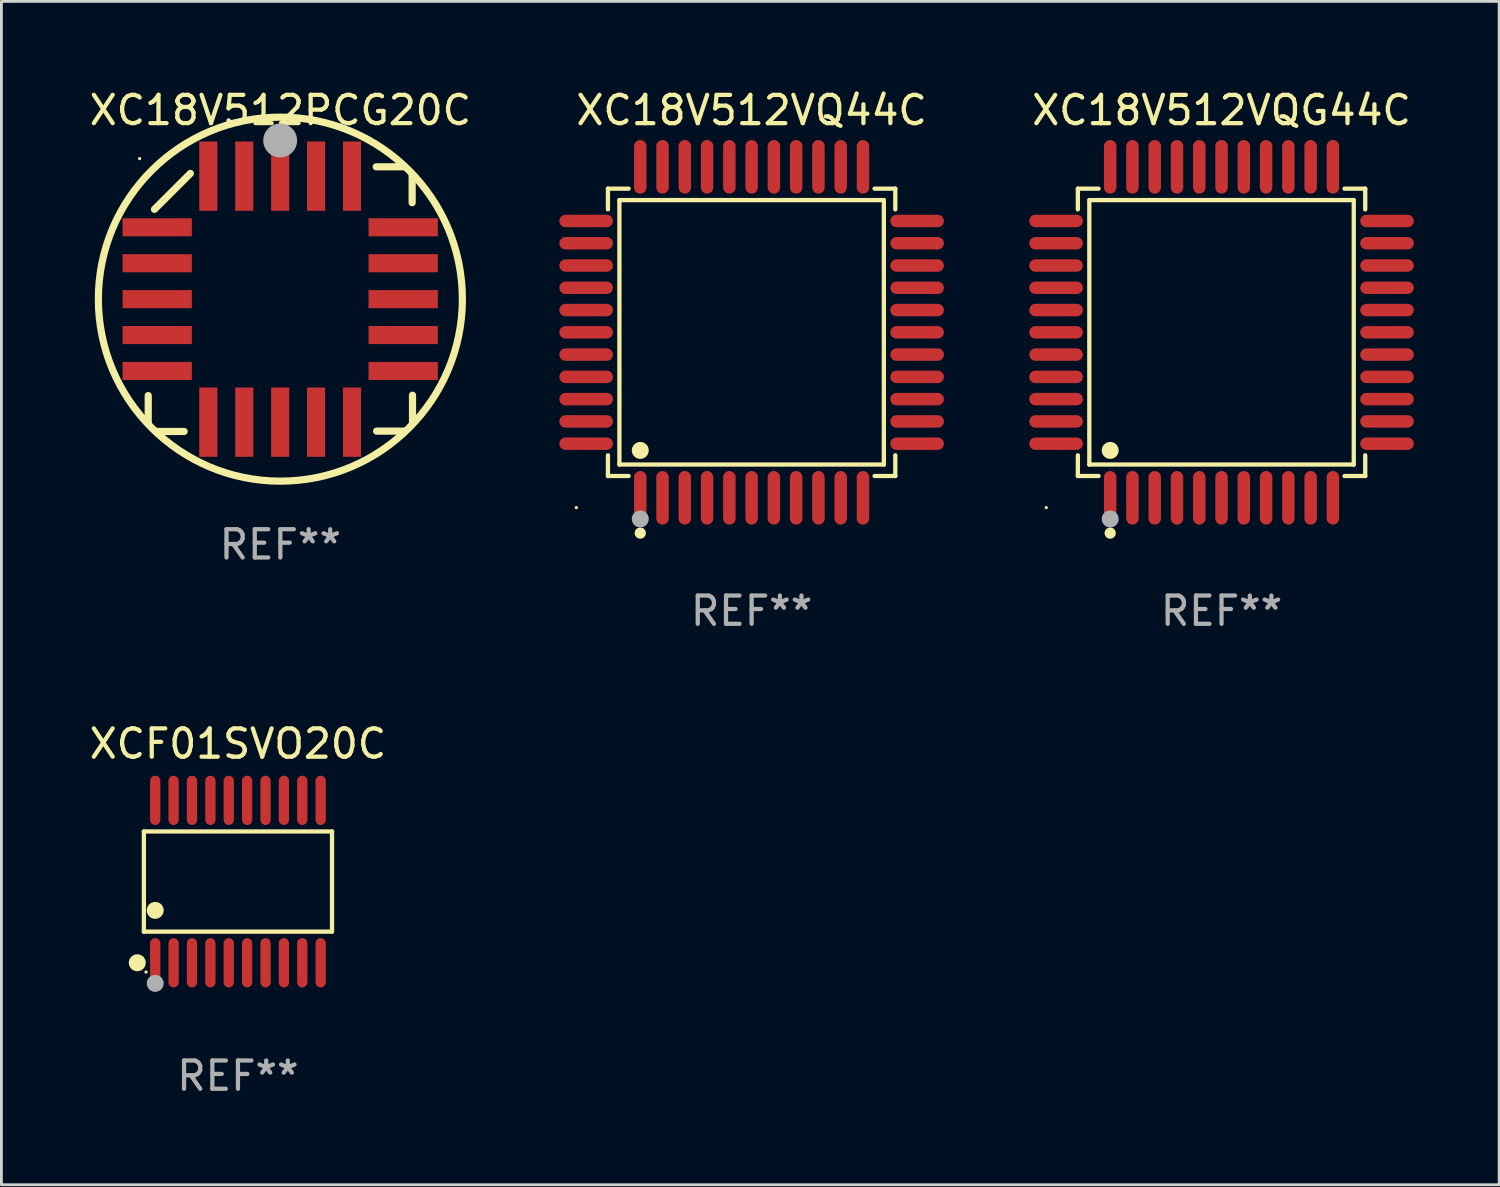
<source format=kicad_pcb>
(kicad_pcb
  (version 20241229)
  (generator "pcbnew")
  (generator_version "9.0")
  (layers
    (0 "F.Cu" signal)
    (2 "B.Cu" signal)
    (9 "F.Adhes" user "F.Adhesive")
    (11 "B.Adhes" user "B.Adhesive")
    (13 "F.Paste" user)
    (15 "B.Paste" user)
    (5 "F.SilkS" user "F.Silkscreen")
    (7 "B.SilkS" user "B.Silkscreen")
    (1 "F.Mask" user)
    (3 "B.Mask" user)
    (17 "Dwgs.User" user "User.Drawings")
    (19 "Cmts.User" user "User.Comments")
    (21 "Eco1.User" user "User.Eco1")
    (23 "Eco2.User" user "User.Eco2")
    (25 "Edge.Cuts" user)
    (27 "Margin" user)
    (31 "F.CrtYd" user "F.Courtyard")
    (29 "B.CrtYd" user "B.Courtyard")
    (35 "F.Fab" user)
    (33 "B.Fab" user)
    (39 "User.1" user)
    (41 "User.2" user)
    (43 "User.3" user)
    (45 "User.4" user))
  (footprint "XC18V512PCG20C"
    (layer "F.Cu")
    (at 6.863 7.527)
    (property "Reference" "XC18V512PCG20C" (at 0 -6.679 0) (layer "F.SilkS") (effects (font (size 1 1) (thickness 0.15))))
    (attr through_hole)
    (fp_line (start -4.672 4.4) (end -4.672 3.409) (stroke (width 0.254) (type solid)) (layer "F.SilkS"))
    (fp_line (start -4.452 -3.175) (end -3.182 -4.445) (stroke (width 0.254) (type solid)) (layer "F.SilkS"))
    (fp_line (start -4.393 4.679) (end -3.402 4.679) (stroke (width 0.254) (type solid)) (layer "F.SilkS"))
    (fp_line (start 4.379 -4.679) (end 3.389 -4.679) (stroke (width 0.254) (type solid)) (layer "F.SilkS"))
    (fp_line (start 4.393 4.666) (end 3.402 4.666) (stroke (width 0.254) (type solid)) (layer "F.SilkS"))
    (fp_line (start 4.659 -4.4) (end 4.659 -3.409) (stroke (width 0.254) (type solid)) (layer "F.SilkS"))
    (fp_line (start 4.672 4.386) (end 4.672 3.396) (stroke (width 0.254) (type solid)) (layer "F.SilkS"))
    (fp_arc (start -4.672276 4.424968) (mid 4.672254 -4.424946) (end -4.672276 4.424968) (stroke (width 0.254001) (type solid)) (layer "F.SilkS"))
    (fp_arc (start 0.089827 -5.759969) (mid 0.097662 -5.803742) (end 0.120307 -5.842012) (stroke (width 0.249936) (type solid)) (layer "F.SilkS"))
    (fp_circle (center -4.977 -4.97) (end -4.947 -4.97) (stroke (width 0.06) (type solid)) (fill no) (layer "F.SilkS"))
    (fp_circle (center -0.007 -5.61) (end 0.293 -5.61) (stroke (width 0.6) (type solid)) (fill no) (layer "F.Fab"))
    (fp_text user "REF**" (at 0 8.679 0) (layer "F.Fab") (effects (font (size 1 1) (thickness 0.15))))
    (pad "1" smd rect (at -0.007 -4.349) (size 0.64 2.45) (layers "F.Cu" "F.Mask" "F.Paste"))
    (pad "2" smd rect (at -1.277 -4.349) (size 0.64 2.45) (layers "F.Cu" "F.Mask" "F.Paste"))
    (pad "3" smd rect (at -2.547 -4.348) (size 0.64 2.45) (layers "F.Cu" "F.Mask" "F.Paste"))
    (pad "4" smd rect (at -4.355 -2.54) (size 2.45 0.64) (layers "F.Cu" "F.Mask" "F.Paste"))
    (pad "5" smd rect (at -4.355 -1.27) (size 2.45 0.64) (layers "F.Cu" "F.Mask" "F.Paste"))
    (pad "6" smd rect (at -4.355 0) (size 2.45 0.64) (layers "F.Cu" "F.Mask" "F.Paste"))
    (pad "7" smd rect (at -4.355 1.27) (size 2.45 0.64) (layers "F.Cu" "F.Mask" "F.Paste"))
    (pad "8" smd rect (at -4.355 2.54) (size 2.45 0.64) (layers "F.Cu" "F.Mask" "F.Paste"))
    (pad "9" smd rect (at -2.547 4.349) (size 0.64 2.45) (layers "F.Cu" "F.Mask" "F.Paste"))
    (pad "10" smd rect (at -1.277 4.349) (size 0.64 2.45) (layers "F.Cu" "F.Mask" "F.Paste"))
    (pad "11" smd rect (at -0.007 4.349) (size 0.64 2.45) (layers "F.Cu" "F.Mask" "F.Paste"))
    (pad "12" smd rect (at 1.263 4.349) (size 0.64 2.45) (layers "F.Cu" "F.Mask" "F.Paste"))
    (pad "13" smd rect (at 2.533 4.349) (size 0.64 2.45) (layers "F.Cu" "F.Mask" "F.Paste"))
    (pad "14" smd rect (at 4.342 2.54) (size 2.45 0.64) (layers "F.Cu" "F.Mask" "F.Paste"))
    (pad "15" smd rect (at 4.342 1.27) (size 2.45 0.64) (layers "F.Cu" "F.Mask" "F.Paste"))
    (pad "16" smd rect (at 4.342 0) (size 2.45 0.64) (layers "F.Cu" "F.Mask" "F.Paste"))
    (pad "17" smd rect (at 4.342 -1.27) (size 2.45 0.64) (layers "F.Cu" "F.Mask" "F.Paste"))
    (pad "18" smd rect (at 4.342 -2.54) (size 2.45 0.64) (layers "F.Cu" "F.Mask" "F.Paste"))
    (pad "19" smd rect (at 2.533 -4.349) (size 0.64 2.45) (layers "F.Cu" "F.Mask" "F.Paste"))
    (pad "20" smd rect (at 1.263 -4.349) (size 0.64 2.45) (layers "F.Cu" "F.Mask" "F.Paste")))
  (footprint "XCF01SVO20C"
    (layer "F.Cu")
    (at 5.363 28.119)
    (property "Reference" "XCF01SVO20C" (at 0 -4.871 0) (layer "F.SilkS") (effects (font (size 1 1) (thickness 0.15))))
    (attr through_hole)
    (fp_line (start -3.326 -1.771) (end 3.326 -1.771) (stroke (width 0.152) (type solid)) (layer "F.SilkS"))
    (fp_line (start -3.326 1.771) (end -3.326 -1.771) (stroke (width 0.152) (type solid)) (layer "F.SilkS"))
    (fp_line (start 3.326 -1.771) (end 3.326 1.771) (stroke (width 0.152) (type solid)) (layer "F.SilkS"))
    (fp_line (start 3.326 1.771) (end -3.326 1.771) (stroke (width 0.152) (type solid)) (layer "F.SilkS"))
    (fp_circle (center -3.559 2.871) (end -3.409 2.871) (stroke (width 0.3) (type solid)) (fill no) (layer "F.SilkS"))
    (fp_circle (center -3.25 3.2) (end -3.22 3.2) (stroke (width 0.06) (type solid)) (fill no) (layer "F.SilkS"))
    (fp_circle (center -2.925 1.019) (end -2.775 1.019) (stroke (width 0.3) (type solid)) (fill no) (layer "F.SilkS"))
    (fp_circle (center -2.925 3.6) (end -2.775 3.6) (stroke (width 0.3) (type solid)) (fill no) (layer "F.Fab"))
    (fp_text user "REF**" (at 0 6.871 0) (layer "F.Fab") (effects (font (size 1 1) (thickness 0.15))))
    (pad "1" smd oval (at -2.925 2.871) (size 0.364 1.742) (layers "F.Cu" "F.Mask" "F.Paste"))
    (pad "2" smd oval (at -2.275 2.871) (size 0.364 1.742) (layers "F.Cu" "F.Mask" "F.Paste"))
    (pad "3" smd oval (at -1.625 2.871) (size 0.364 1.742) (layers "F.Cu" "F.Mask" "F.Paste"))
    (pad "4" smd oval (at -0.975 2.871) (size 0.364 1.742) (layers "F.Cu" "F.Mask" "F.Paste"))
    (pad "5" smd oval (at -0.325 2.871) (size 0.364 1.742) (layers "F.Cu" "F.Mask" "F.Paste"))
    (pad "6" smd oval (at 0.325 2.871) (size 0.364 1.742) (layers "F.Cu" "F.Mask" "F.Paste"))
    (pad "7" smd oval (at 0.975 2.871) (size 0.364 1.742) (layers "F.Cu" "F.Mask" "F.Paste"))
    (pad "8" smd oval (at 1.625 2.871) (size 0.364 1.742) (layers "F.Cu" "F.Mask" "F.Paste"))
    (pad "9" smd oval (at 2.275 2.871) (size 0.364 1.742) (layers "F.Cu" "F.Mask" "F.Paste"))
    (pad "10" smd oval (at 2.925 2.871) (size 0.364 1.742) (layers "F.Cu" "F.Mask" "F.Paste"))
    (pad "11" smd oval (at 2.925 -2.871) (size 0.364 1.742) (layers "F.Cu" "F.Mask" "F.Paste"))
    (pad "12" smd oval (at 2.275 -2.871) (size 0.364 1.742) (layers "F.Cu" "F.Mask" "F.Paste"))
    (pad "13" smd oval (at 1.625 -2.871) (size 0.364 1.742) (layers "F.Cu" "F.Mask" "F.Paste"))
    (pad "14" smd oval (at 0.975 -2.871) (size 0.364 1.742) (layers "F.Cu" "F.Mask" "F.Paste"))
    (pad "15" smd oval (at 0.325 -2.871) (size 0.364 1.742) (layers "F.Cu" "F.Mask" "F.Paste"))
    (pad "16" smd oval (at -0.325 -2.871) (size 0.364 1.742) (layers "F.Cu" "F.Mask" "F.Paste"))
    (pad "17" smd oval (at -0.975 -2.871) (size 0.364 1.742) (layers "F.Cu" "F.Mask" "F.Paste"))
    (pad "18" smd oval (at -1.625 -2.871) (size 0.364 1.742) (layers "F.Cu" "F.Mask" "F.Paste"))
    (pad "19" smd oval (at -2.275 -2.871) (size 0.364 1.742) (layers "F.Cu" "F.Mask" "F.Paste"))
    (pad "20" smd oval (at -2.925 -2.871) (size 0.364 1.742) (layers "F.Cu" "F.Mask" "F.Paste")))
  (footprint "XC18V512VQG44C"
    (layer "F.Cu")
    (at 40.14 8.7)
    (property "Reference" "XC18V512VQG44C" (at 0 -7.851 0) (layer "F.SilkS") (effects (font (size 1 1) (thickness 0.15))))
    (attr through_hole)
    (fp_line (start -5.08 -5.08) (end -4.348 -5.08) (stroke (width 0.152) (type solid)) (layer "F.SilkS"))
    (fp_line (start -5.08 -4.348) (end -5.08 -5.08) (stroke (width 0.152) (type solid)) (layer "F.SilkS"))
    (fp_line (start -5.08 4.348) (end -5.08 5.08) (stroke (width 0.152) (type solid)) (layer "F.SilkS"))
    (fp_line (start -5.08 5.08) (end -4.348 5.08) (stroke (width 0.152) (type solid)) (layer "F.SilkS"))
    (fp_line (start -4.675 -4.675) (end 4.675 -4.675) (stroke (width 0.152) (type solid)) (layer "F.SilkS"))
    (fp_line (start -4.675 4.675) (end -4.675 -4.675) (stroke (width 0.152) (type solid)) (layer "F.SilkS"))
    (fp_line (start 4.675 -4.675) (end 4.675 4.675) (stroke (width 0.152) (type solid)) (layer "F.SilkS"))
    (fp_line (start 4.675 4.675) (end -4.675 4.675) (stroke (width 0.152) (type solid)) (layer "F.SilkS"))
    (fp_line (start 5.08 -5.08) (end 4.348 -5.08) (stroke (width 0.152) (type solid)) (layer "F.SilkS"))
    (fp_line (start 5.08 -4.348) (end 5.08 -5.08) (stroke (width 0.152) (type solid)) (layer "F.SilkS"))
    (fp_line (start 5.08 4.348) (end 5.08 5.08) (stroke (width 0.152) (type solid)) (layer "F.SilkS"))
    (fp_line (start 5.08 5.08) (end 4.348 5.08) (stroke (width 0.152) (type solid)) (layer "F.SilkS"))
    (fp_circle (center -6.198 6.198) (end -6.168 6.198) (stroke (width 0.06) (type solid)) (fill no) (layer "F.SilkS"))
    (fp_circle (center -3.937 4.175) (end -3.787 4.175) (stroke (width 0.3) (type solid)) (fill no) (layer "F.SilkS"))
    (fp_circle (center -3.937 7.099) (end -3.837 7.099) (stroke (width 0.2) (type solid)) (fill no) (layer "F.SilkS"))
    (fp_circle (center -3.937 6.598) (end -3.787 6.598) (stroke (width 0.3) (type solid)) (fill no) (layer "F.Fab"))
    (fp_text user "REF**" (at 0 9.851 0) (layer "F.Fab") (effects (font (size 1 1) (thickness 0.15))))
    (pad "1" smd oval (at -3.937 5.851) (size 0.441 1.895) (layers "F.Cu" "F.Mask" "F.Paste"))
    (pad "2" smd oval (at -3.15 5.851) (size 0.441 1.895) (layers "F.Cu" "F.Mask" "F.Paste"))
    (pad "3" smd oval (at -2.362 5.851) (size 0.441 1.895) (layers "F.Cu" "F.Mask" "F.Paste"))
    (pad "4" smd oval (at -1.575 5.851) (size 0.441 1.895) (layers "F.Cu" "F.Mask" "F.Paste"))
    (pad "5" smd oval (at -0.787 5.851) (size 0.441 1.895) (layers "F.Cu" "F.Mask" "F.Paste"))
    (pad "6" smd oval (at 0 5.851) (size 0.441 1.895) (layers "F.Cu" "F.Mask" "F.Paste"))
    (pad "7" smd oval (at 0.787 5.851) (size 0.441 1.895) (layers "F.Cu" "F.Mask" "F.Paste"))
    (pad "8" smd oval (at 1.575 5.851) (size 0.441 1.895) (layers "F.Cu" "F.Mask" "F.Paste"))
    (pad "9" smd oval (at 2.362 5.851) (size 0.441 1.895) (layers "F.Cu" "F.Mask" "F.Paste"))
    (pad "10" smd oval (at 3.15 5.851) (size 0.441 1.895) (layers "F.Cu" "F.Mask" "F.Paste"))
    (pad "11" smd oval (at 3.937 5.851) (size 0.441 1.895) (layers "F.Cu" "F.Mask" "F.Paste"))
    (pad "12" smd oval (at 5.851 3.937) (size 1.895 0.441) (layers "F.Cu" "F.Mask" "F.Paste"))
    (pad "13" smd oval (at 5.851 3.15) (size 1.895 0.441) (layers "F.Cu" "F.Mask" "F.Paste"))
    (pad "14" smd oval (at 5.851 2.362) (size 1.895 0.441) (layers "F.Cu" "F.Mask" "F.Paste"))
    (pad "15" smd oval (at 5.851 1.575) (size 1.895 0.441) (layers "F.Cu" "F.Mask" "F.Paste"))
    (pad "16" smd oval (at 5.851 0.787) (size 1.895 0.441) (layers "F.Cu" "F.Mask" "F.Paste"))
    (pad "17" smd oval (at 5.851 0) (size 1.895 0.441) (layers "F.Cu" "F.Mask" "F.Paste"))
    (pad "18" smd oval (at 5.851 -0.787) (size 1.895 0.441) (layers "F.Cu" "F.Mask" "F.Paste"))
    (pad "19" smd oval (at 5.851 -1.575) (size 1.895 0.441) (layers "F.Cu" "F.Mask" "F.Paste"))
    (pad "20" smd oval (at 5.851 -2.362) (size 1.895 0.441) (layers "F.Cu" "F.Mask" "F.Paste"))
    (pad "21" smd oval (at 5.851 -3.15) (size 1.895 0.441) (layers "F.Cu" "F.Mask" "F.Paste"))
    (pad "22" smd oval (at 5.851 -3.937) (size 1.895 0.441) (layers "F.Cu" "F.Mask" "F.Paste"))
    (pad "23" smd oval (at 3.937 -5.851) (size 0.441 1.895) (layers "F.Cu" "F.Mask" "F.Paste"))
    (pad "24" smd oval (at 3.15 -5.851) (size 0.441 1.895) (layers "F.Cu" "F.Mask" "F.Paste"))
    (pad "25" smd oval (at 2.362 -5.851) (size 0.441 1.895) (layers "F.Cu" "F.Mask" "F.Paste"))
    (pad "26" smd oval (at 1.575 -5.851) (size 0.441 1.895) (layers "F.Cu" "F.Mask" "F.Paste"))
    (pad "27" smd oval (at 0.787 -5.851) (size 0.441 1.895) (layers "F.Cu" "F.Mask" "F.Paste"))
    (pad "28" smd oval (at 0 -5.851) (size 0.441 1.895) (layers "F.Cu" "F.Mask" "F.Paste"))
    (pad "29" smd oval (at -0.787 -5.851) (size 0.441 1.895) (layers "F.Cu" "F.Mask" "F.Paste"))
    (pad "30" smd oval (at -1.575 -5.851) (size 0.441 1.895) (layers "F.Cu" "F.Mask" "F.Paste"))
    (pad "31" smd oval (at -2.362 -5.851) (size 0.441 1.895) (layers "F.Cu" "F.Mask" "F.Paste"))
    (pad "32" smd oval (at -3.15 -5.851) (size 0.441 1.895) (layers "F.Cu" "F.Mask" "F.Paste"))
    (pad "33" smd oval (at -3.937 -5.851) (size 0.441 1.895) (layers "F.Cu" "F.Mask" "F.Paste"))
    (pad "34" smd oval (at -5.851 -3.937) (size 1.895 0.441) (layers "F.Cu" "F.Mask" "F.Paste"))
    (pad "35" smd oval (at -5.851 -3.15) (size 1.895 0.441) (layers "F.Cu" "F.Mask" "F.Paste"))
    (pad "36" smd oval (at -5.851 -2.362) (size 1.895 0.441) (layers "F.Cu" "F.Mask" "F.Paste"))
    (pad "37" smd oval (at -5.851 -1.575) (size 1.895 0.441) (layers "F.Cu" "F.Mask" "F.Paste"))
    (pad "38" smd oval (at -5.851 -0.787) (size 1.895 0.441) (layers "F.Cu" "F.Mask" "F.Paste"))
    (pad "39" smd oval (at -5.851 0) (size 1.895 0.441) (layers "F.Cu" "F.Mask" "F.Paste"))
    (pad "40" smd oval (at -5.851 0.787) (size 1.895 0.441) (layers "F.Cu" "F.Mask" "F.Paste"))
    (pad "41" smd oval (at -5.851 1.575) (size 1.895 0.441) (layers "F.Cu" "F.Mask" "F.Paste"))
    (pad "42" smd oval (at -5.851 2.362) (size 1.895 0.441) (layers "F.Cu" "F.Mask" "F.Paste"))
    (pad "43" smd oval (at -5.851 3.15) (size 1.895 0.441) (layers "F.Cu" "F.Mask" "F.Paste"))
    (pad "44" smd oval (at -5.851 3.937) (size 1.895 0.441) (layers "F.Cu" "F.Mask" "F.Paste")))
  (footprint "XC18V512VQ44C"
    (layer "F.Cu")
    (at 23.525 8.7)
    (property "Reference" "XC18V512VQ44C" (at 0 -7.851 0) (layer "F.SilkS") (effects (font (size 1 1) (thickness 0.15))))
    (attr through_hole)
    (fp_line (start -5.08 -5.08) (end -4.348 -5.08) (stroke (width 0.152) (type solid)) (layer "F.SilkS"))
    (fp_line (start -5.08 -4.348) (end -5.08 -5.08) (stroke (width 0.152) (type solid)) (layer "F.SilkS"))
    (fp_line (start -5.08 4.348) (end -5.08 5.08) (stroke (width 0.152) (type solid)) (layer "F.SilkS"))
    (fp_line (start -5.08 5.08) (end -4.348 5.08) (stroke (width 0.152) (type solid)) (layer "F.SilkS"))
    (fp_line (start -4.675 -4.675) (end 4.675 -4.675) (stroke (width 0.152) (type solid)) (layer "F.SilkS"))
    (fp_line (start -4.675 4.675) (end -4.675 -4.675) (stroke (width 0.152) (type solid)) (layer "F.SilkS"))
    (fp_line (start 4.675 -4.675) (end 4.675 4.675) (stroke (width 0.152) (type solid)) (layer "F.SilkS"))
    (fp_line (start 4.675 4.675) (end -4.675 4.675) (stroke (width 0.152) (type solid)) (layer "F.SilkS"))
    (fp_line (start 5.08 -5.08) (end 4.348 -5.08) (stroke (width 0.152) (type solid)) (layer "F.SilkS"))
    (fp_line (start 5.08 -4.348) (end 5.08 -5.08) (stroke (width 0.152) (type solid)) (layer "F.SilkS"))
    (fp_line (start 5.08 4.348) (end 5.08 5.08) (stroke (width 0.152) (type solid)) (layer "F.SilkS"))
    (fp_line (start 5.08 5.08) (end 4.348 5.08) (stroke (width 0.152) (type solid)) (layer "F.SilkS"))
    (fp_circle (center -6.198 6.198) (end -6.168 6.198) (stroke (width 0.06) (type solid)) (fill no) (layer "F.SilkS"))
    (fp_circle (center -3.937 4.175) (end -3.787 4.175) (stroke (width 0.3) (type solid)) (fill no) (layer "F.SilkS"))
    (fp_circle (center -3.937 7.099) (end -3.837 7.099) (stroke (width 0.2) (type solid)) (fill no) (layer "F.SilkS"))
    (fp_circle (center -3.937 6.598) (end -3.787 6.598) (stroke (width 0.3) (type solid)) (fill no) (layer "F.Fab"))
    (fp_text user "REF**" (at 0 9.851 0) (layer "F.Fab") (effects (font (size 1 1) (thickness 0.15))))
    (pad "1" smd oval (at -3.937 5.851) (size 0.441 1.895) (layers "F.Cu" "F.Mask" "F.Paste"))
    (pad "2" smd oval (at -3.15 5.851) (size 0.441 1.895) (layers "F.Cu" "F.Mask" "F.Paste"))
    (pad "3" smd oval (at -2.362 5.851) (size 0.441 1.895) (layers "F.Cu" "F.Mask" "F.Paste"))
    (pad "4" smd oval (at -1.575 5.851) (size 0.441 1.895) (layers "F.Cu" "F.Mask" "F.Paste"))
    (pad "5" smd oval (at -0.787 5.851) (size 0.441 1.895) (layers "F.Cu" "F.Mask" "F.Paste"))
    (pad "6" smd oval (at 0 5.851) (size 0.441 1.895) (layers "F.Cu" "F.Mask" "F.Paste"))
    (pad "7" smd oval (at 0.787 5.851) (size 0.441 1.895) (layers "F.Cu" "F.Mask" "F.Paste"))
    (pad "8" smd oval (at 1.575 5.851) (size 0.441 1.895) (layers "F.Cu" "F.Mask" "F.Paste"))
    (pad "9" smd oval (at 2.362 5.851) (size 0.441 1.895) (layers "F.Cu" "F.Mask" "F.Paste"))
    (pad "10" smd oval (at 3.15 5.851) (size 0.441 1.895) (layers "F.Cu" "F.Mask" "F.Paste"))
    (pad "11" smd oval (at 3.937 5.851) (size 0.441 1.895) (layers "F.Cu" "F.Mask" "F.Paste"))
    (pad "12" smd oval (at 5.851 3.937) (size 1.895 0.441) (layers "F.Cu" "F.Mask" "F.Paste"))
    (pad "13" smd oval (at 5.851 3.15) (size 1.895 0.441) (layers "F.Cu" "F.Mask" "F.Paste"))
    (pad "14" smd oval (at 5.851 2.362) (size 1.895 0.441) (layers "F.Cu" "F.Mask" "F.Paste"))
    (pad "15" smd oval (at 5.851 1.575) (size 1.895 0.441) (layers "F.Cu" "F.Mask" "F.Paste"))
    (pad "16" smd oval (at 5.851 0.787) (size 1.895 0.441) (layers "F.Cu" "F.Mask" "F.Paste"))
    (pad "17" smd oval (at 5.851 0) (size 1.895 0.441) (layers "F.Cu" "F.Mask" "F.Paste"))
    (pad "18" smd oval (at 5.851 -0.787) (size 1.895 0.441) (layers "F.Cu" "F.Mask" "F.Paste"))
    (pad "19" smd oval (at 5.851 -1.575) (size 1.895 0.441) (layers "F.Cu" "F.Mask" "F.Paste"))
    (pad "20" smd oval (at 5.851 -2.362) (size 1.895 0.441) (layers "F.Cu" "F.Mask" "F.Paste"))
    (pad "21" smd oval (at 5.851 -3.15) (size 1.895 0.441) (layers "F.Cu" "F.Mask" "F.Paste"))
    (pad "22" smd oval (at 5.851 -3.937) (size 1.895 0.441) (layers "F.Cu" "F.Mask" "F.Paste"))
    (pad "23" smd oval (at 3.937 -5.851) (size 0.441 1.895) (layers "F.Cu" "F.Mask" "F.Paste"))
    (pad "24" smd oval (at 3.15 -5.851) (size 0.441 1.895) (layers "F.Cu" "F.Mask" "F.Paste"))
    (pad "25" smd oval (at 2.362 -5.851) (size 0.441 1.895) (layers "F.Cu" "F.Mask" "F.Paste"))
    (pad "26" smd oval (at 1.575 -5.851) (size 0.441 1.895) (layers "F.Cu" "F.Mask" "F.Paste"))
    (pad "27" smd oval (at 0.787 -5.851) (size 0.441 1.895) (layers "F.Cu" "F.Mask" "F.Paste"))
    (pad "28" smd oval (at 0 -5.851) (size 0.441 1.895) (layers "F.Cu" "F.Mask" "F.Paste"))
    (pad "29" smd oval (at -0.787 -5.851) (size 0.441 1.895) (layers "F.Cu" "F.Mask" "F.Paste"))
    (pad "30" smd oval (at -1.575 -5.851) (size 0.441 1.895) (layers "F.Cu" "F.Mask" "F.Paste"))
    (pad "31" smd oval (at -2.362 -5.851) (size 0.441 1.895) (layers "F.Cu" "F.Mask" "F.Paste"))
    (pad "32" smd oval (at -3.15 -5.851) (size 0.441 1.895) (layers "F.Cu" "F.Mask" "F.Paste"))
    (pad "33" smd oval (at -3.937 -5.851) (size 0.441 1.895) (layers "F.Cu" "F.Mask" "F.Paste"))
    (pad "34" smd oval (at -5.851 -3.937) (size 1.895 0.441) (layers "F.Cu" "F.Mask" "F.Paste"))
    (pad "35" smd oval (at -5.851 -3.15) (size 1.895 0.441) (layers "F.Cu" "F.Mask" "F.Paste"))
    (pad "36" smd oval (at -5.851 -2.362) (size 1.895 0.441) (layers "F.Cu" "F.Mask" "F.Paste"))
    (pad "37" smd oval (at -5.851 -1.575) (size 1.895 0.441) (layers "F.Cu" "F.Mask" "F.Paste"))
    (pad "38" smd oval (at -5.851 -0.787) (size 1.895 0.441) (layers "F.Cu" "F.Mask" "F.Paste"))
    (pad "39" smd oval (at -5.851 0) (size 1.895 0.441) (layers "F.Cu" "F.Mask" "F.Paste"))
    (pad "40" smd oval (at -5.851 0.787) (size 1.895 0.441) (layers "F.Cu" "F.Mask" "F.Paste"))
    (pad "41" smd oval (at -5.851 1.575) (size 1.895 0.441) (layers "F.Cu" "F.Mask" "F.Paste"))
    (pad "42" smd oval (at -5.851 2.362) (size 1.895 0.441) (layers "F.Cu" "F.Mask" "F.Paste"))
    (pad "43" smd oval (at -5.851 3.15) (size 1.895 0.441) (layers "F.Cu" "F.Mask" "F.Paste"))
    (pad "44" smd oval (at -5.851 3.937) (size 1.895 0.441) (layers "F.Cu" "F.Mask" "F.Paste")))
  (gr_rect
    (start -3 -3)
    (end 49.955 38.838)
    (stroke (width 0.1) (type default))
    (fill no)
    (layer "Edge.Cuts")))
</source>
